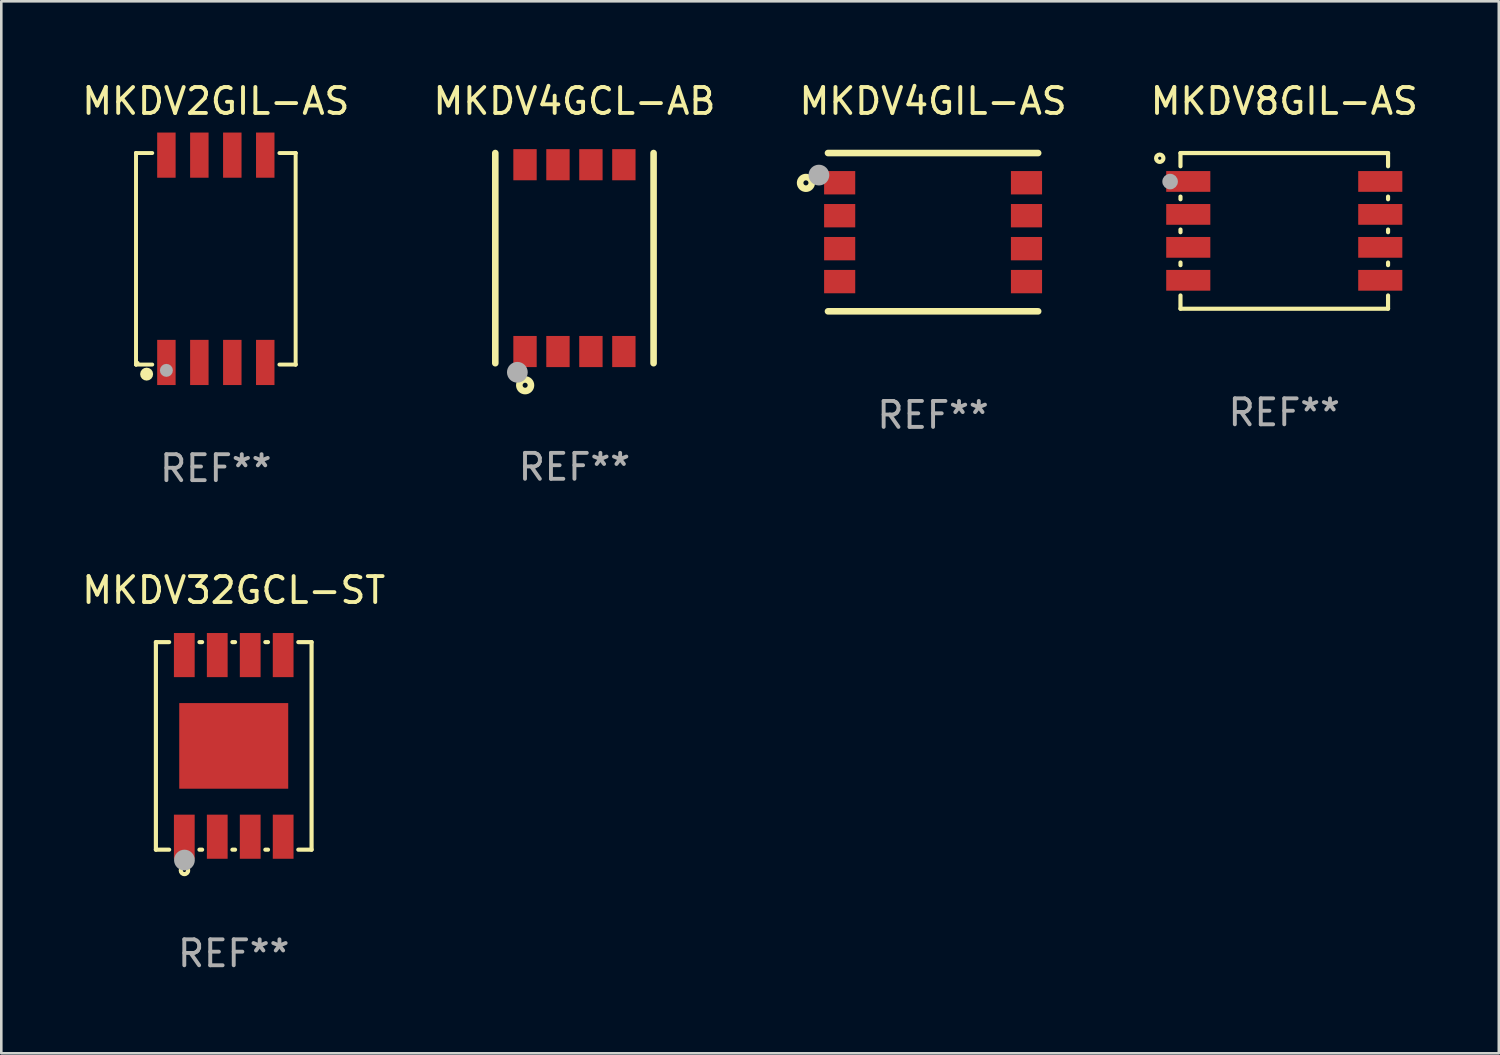
<source format=kicad_pcb>
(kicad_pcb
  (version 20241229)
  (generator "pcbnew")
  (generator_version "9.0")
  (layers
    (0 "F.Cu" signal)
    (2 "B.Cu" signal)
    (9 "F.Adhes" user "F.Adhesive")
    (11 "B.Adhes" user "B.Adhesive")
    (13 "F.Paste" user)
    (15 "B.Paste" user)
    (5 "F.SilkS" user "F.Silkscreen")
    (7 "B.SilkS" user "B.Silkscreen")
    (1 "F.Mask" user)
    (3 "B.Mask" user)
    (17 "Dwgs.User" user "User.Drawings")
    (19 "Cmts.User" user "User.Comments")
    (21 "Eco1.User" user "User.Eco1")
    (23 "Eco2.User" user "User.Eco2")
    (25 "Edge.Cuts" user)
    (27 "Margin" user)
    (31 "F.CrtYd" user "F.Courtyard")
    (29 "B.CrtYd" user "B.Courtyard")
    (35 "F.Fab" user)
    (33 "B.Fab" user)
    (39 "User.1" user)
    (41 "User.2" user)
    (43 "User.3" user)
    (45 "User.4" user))
  (footprint "MKDV4GCL-AB"
    (layer "F.Cu")
    (at 19.089 6.898)
    (property "Reference" "MKDV4GCL-AB" (at 0 -6.05 0) (layer "F.SilkS") (effects (font (size 1 1) (thickness 0.15))))
    (attr through_hole)
    (fp_line (start -3.05 4.05) (end -3.05 -4.05) (stroke (width 0.254) (type solid)) (layer "F.SilkS"))
    (fp_line (start 3.05 4.05) (end 3.05 -4.05) (stroke (width 0.254) (type solid)) (layer "F.SilkS"))
    (fp_circle (center -3 4.002) (end -2.97 4.002) (stroke (width 0.06) (type solid)) (fill no) (layer "F.SilkS"))
    (fp_circle (center -1.9 4.9) (end -1.676 4.9) (stroke (width 0.254) (type solid)) (fill no) (layer "F.SilkS"))
    (fp_circle (center -2.2 4.4) (end -2 4.4) (stroke (width 0.4) (type solid)) (fill no) (layer "F.Fab"))
    (fp_text user "REF**" (at 0 8.05 0) (layer "F.Fab") (effects (font (size 1 1) (thickness 0.15))))
    (pad "1" smd rect (at -1.905 3.6 180) (size 0.9 1.2) (layers "F.Cu" "F.Mask" "F.Paste"))
    (pad "2" smd rect (at -0.635 3.6) (size 0.9 1.2) (layers "F.Cu" "F.Mask" "F.Paste"))
    (pad "3" smd rect (at 0.635 3.6) (size 0.9 1.2) (layers "F.Cu" "F.Mask" "F.Paste"))
    (pad "4" smd rect (at 1.905 3.6) (size 0.9 1.2) (layers "F.Cu" "F.Mask" "F.Paste"))
    (pad "5" smd rect (at 1.905 -3.6) (size 0.9 1.2) (layers "F.Cu" "F.Mask" "F.Paste"))
    (pad "6" smd rect (at 0.635 -3.6) (size 0.9 1.2) (layers "F.Cu" "F.Mask" "F.Paste"))
    (pad "7" smd rect (at -0.635 -3.6) (size 0.9 1.2) (layers "F.Cu" "F.Mask" "F.Paste"))
    (pad "8" smd rect (at -1.905 -3.6) (size 0.9 1.2) (layers "F.Cu" "F.Mask" "F.Paste")))
  (footprint "MKDV8GIL-AS"
    (layer "F.Cu")
    (at 46.446 5.848)
    (property "Reference" "MKDV8GIL-AS" (at 0 -5 0) (layer "F.SilkS") (effects (font (size 1 1) (thickness 0.15))))
    (attr through_hole)
    (fp_line (start -4 -3) (end -4 -2.489) (stroke (width 0.16) (type solid)) (layer "F.SilkS"))
    (fp_line (start -4 -3) (end 4 -3) (stroke (width 0.16) (type solid)) (layer "F.SilkS"))
    (fp_line (start -4 -1.321) (end -4 -1.219) (stroke (width 0.16) (type solid)) (layer "F.SilkS"))
    (fp_line (start -4 -0.051) (end -4 0.051) (stroke (width 0.16) (type solid)) (layer "F.SilkS"))
    (fp_line (start -4 1.219) (end -4 1.321) (stroke (width 0.16) (type solid)) (layer "F.SilkS"))
    (fp_line (start -4 2.489) (end -4 3) (stroke (width 0.16) (type solid)) (layer "F.SilkS"))
    (fp_line (start -4 3) (end 4 3) (stroke (width 0.16) (type solid)) (layer "F.SilkS"))
    (fp_line (start 4 -3) (end 4 -2.489) (stroke (width 0.16) (type solid)) (layer "F.SilkS"))
    (fp_line (start 4 -1.321) (end 4 -1.219) (stroke (width 0.16) (type solid)) (layer "F.SilkS"))
    (fp_line (start 4 -0.051) (end 4 0.051) (stroke (width 0.16) (type solid)) (layer "F.SilkS"))
    (fp_line (start 4 1.219) (end 4 1.321) (stroke (width 0.16) (type solid)) (layer "F.SilkS"))
    (fp_line (start 4 2.489) (end 4 3) (stroke (width 0.16) (type solid)) (layer "F.SilkS"))
    (fp_circle (center -4.8 -2.8) (end -4.659 -2.8) (stroke (width 0.16) (type solid)) (fill no) (layer "F.SilkS"))
    (fp_circle (center -4 -3) (end -3.97 -3) (stroke (width 0.06) (type solid)) (fill no) (layer "F.SilkS"))
    (fp_circle (center -4.4 -1.9) (end -4.25 -1.9) (stroke (width 0.3) (type solid)) (fill no) (layer "F.Fab"))
    (fp_text user "REF**" (at 0 7 0) (layer "F.Fab") (effects (font (size 1 1) (thickness 0.15))))
    (pad "1" smd rect (at -3.7 -1.905) (size 1.7 0.8) (layers "F.Cu" "F.Mask" "F.Paste"))
    (pad "2" smd rect (at -3.7 -0.635) (size 1.7 0.8) (layers "F.Cu" "F.Mask" "F.Paste"))
    (pad "3" smd rect (at -3.7 0.635) (size 1.7 0.8) (layers "F.Cu" "F.Mask" "F.Paste"))
    (pad "4" smd rect (at -3.7 1.905) (size 1.7 0.8) (layers "F.Cu" "F.Mask" "F.Paste"))
    (pad "5" smd rect (at 3.7 1.905) (size 1.7 0.8) (layers "F.Cu" "F.Mask" "F.Paste"))
    (pad "6" smd rect (at 3.7 0.635) (size 1.7 0.8) (layers "F.Cu" "F.Mask" "F.Paste"))
    (pad "7" smd rect (at 3.7 -0.635) (size 1.7 0.8) (layers "F.Cu" "F.Mask" "F.Paste"))
    (pad "8" smd rect (at 3.7 -1.905) (size 1.7 0.8) (layers "F.Cu" "F.Mask" "F.Paste")))
  (footprint "MKDV4GIL-AS"
    (layer "F.Cu")
    (at 32.911 5.898)
    (property "Reference" "MKDV4GIL-AS" (at 0 -5.05 0) (layer "F.SilkS") (effects (font (size 1 1) (thickness 0.15))))
    (attr through_hole)
    (fp_line (start -4.05 -3.05) (end 4.05 -3.05) (stroke (width 0.254) (type solid)) (layer "F.SilkS"))
    (fp_line (start -4.05 3.05) (end 4.05 3.05) (stroke (width 0.254) (type solid)) (layer "F.SilkS"))
    (fp_circle (center -4.9 -1.9) (end -4.676 -1.9) (stroke (width 0.254) (type solid)) (fill no) (layer "F.SilkS"))
    (fp_circle (center -4.002 -3) (end -3.972 -3) (stroke (width 0.06) (type solid)) (fill no) (layer "F.SilkS"))
    (fp_circle (center -4.4 -2.2) (end -4.2 -2.2) (stroke (width 0.4) (type solid)) (fill no) (layer "F.Fab"))
    (fp_text user "REF**" (at 0 7.05 0) (layer "F.Fab") (effects (font (size 1 1) (thickness 0.15))))
    (pad "1" smd rect (at -3.6 -1.905 90) (size 0.9 1.2) (layers "F.Cu" "F.Mask" "F.Paste"))
    (pad "2" smd rect (at -3.6 -0.635 270) (size 0.9 1.2) (layers "F.Cu" "F.Mask" "F.Paste"))
    (pad "3" smd rect (at -3.6 0.635 270) (size 0.9 1.2) (layers "F.Cu" "F.Mask" "F.Paste"))
    (pad "4" smd rect (at -3.6 1.905 270) (size 0.9 1.2) (layers "F.Cu" "F.Mask" "F.Paste"))
    (pad "5" smd rect (at 3.6 1.905 270) (size 0.9 1.2) (layers "F.Cu" "F.Mask" "F.Paste"))
    (pad "6" smd rect (at 3.6 0.635 270) (size 0.9 1.2) (layers "F.Cu" "F.Mask" "F.Paste"))
    (pad "7" smd rect (at 3.6 -0.635 270) (size 0.9 1.2) (layers "F.Cu" "F.Mask" "F.Paste"))
    (pad "8" smd rect (at 3.6 -1.905 270) (size 0.9 1.2) (layers "F.Cu" "F.Mask" "F.Paste")))
  (footprint "MKDV2GIL-AS"
    (layer "F.Cu")
    (at 5.268 6.924)
    (property "Reference" "MKDV2GIL-AS" (at 0 -6.076 0) (layer "F.SilkS") (effects (font (size 1 1) (thickness 0.15))))
    (attr through_hole)
    (fp_line (start -3.076 -4.076) (end -3.076 -4.076) (stroke (width 0.152) (type solid)) (layer "F.SilkS"))
    (fp_line (start -3.076 -4.076) (end -2.451 -4.076) (stroke (width 0.152) (type solid)) (layer "F.SilkS"))
    (fp_line (start -3.076 4.076) (end -3.076 -4.076) (stroke (width 0.152) (type solid)) (layer "F.SilkS"))
    (fp_line (start -3.076 4.076) (end -3.076 4.076) (stroke (width 0.152) (type solid)) (layer "F.SilkS"))
    (fp_line (start -2.451 4.076) (end -3.076 4.076) (stroke (width 0.152) (type solid)) (layer "F.SilkS"))
    (fp_line (start 2.451 4.076) (end 3.076 4.076) (stroke (width 0.152) (type solid)) (layer "F.SilkS"))
    (fp_line (start 3.076 -4.076) (end 2.451 -4.076) (stroke (width 0.152) (type solid)) (layer "F.SilkS"))
    (fp_line (start 3.076 -4.076) (end 3.076 -4.076) (stroke (width 0.152) (type solid)) (layer "F.SilkS"))
    (fp_line (start 3.076 4.076) (end 3.076 -4.076) (stroke (width 0.152) (type solid)) (layer "F.SilkS"))
    (fp_line (start 3.076 4.076) (end 3.076 4.076) (stroke (width 0.152) (type solid)) (layer "F.SilkS"))
    (fp_circle (center -3 4) (end -2.97 4) (stroke (width 0.06) (type solid)) (fill no) (layer "F.SilkS"))
    (fp_circle (center -2.667 4.445) (end -2.542 4.445) (stroke (width 0.25) (type solid)) (fill no) (layer "F.SilkS"))
    (fp_circle (center -1.905 4.3) (end -1.78 4.3) (stroke (width 0.25) (type solid)) (fill no) (layer "F.Fab"))
    (fp_text user "REF**" (at 0 8.076 0) (layer "F.Fab") (effects (font (size 1 1) (thickness 0.15))))
    (pad "1" smd rect (at -1.905 3.995) (size 0.711 1.741) (layers "F.Cu" "F.Mask" "F.Paste"))
    (pad "2" smd rect (at -0.635 3.995) (size 0.711 1.741) (layers "F.Cu" "F.Mask" "F.Paste"))
    (pad "3" smd rect (at 0.635 3.995) (size 0.711 1.741) (layers "F.Cu" "F.Mask" "F.Paste"))
    (pad "4" smd rect (at 1.905 3.995) (size 0.711 1.741) (layers "F.Cu" "F.Mask" "F.Paste"))
    (pad "5" smd rect (at 1.905 -3.995) (size 0.711 1.741) (layers "F.Cu" "F.Mask" "F.Paste"))
    (pad "6" smd rect (at 0.635 -3.995) (size 0.711 1.741) (layers "F.Cu" "F.Mask" "F.Paste"))
    (pad "7" smd rect (at -0.635 -3.995) (size 0.711 1.741) (layers "F.Cu" "F.Mask" "F.Paste"))
    (pad "8" smd rect (at -1.905 -3.995) (size 0.711 1.741) (layers "F.Cu" "F.Mask" "F.Paste")))
  (footprint "MKDV32GCL-ST"
    (layer "F.Cu")
    (at 5.958 25.697)
    (property "Reference" "MKDV32GCL-ST" (at 0 -6 0) (layer "F.SilkS") (effects (font (size 1 1) (thickness 0.15))))
    (attr through_hole)
    (fp_line (start -3 -4) (end -2.489 -4) (stroke (width 0.16) (type solid)) (layer "F.SilkS"))
    (fp_line (start -3 4) (end -3 -4) (stroke (width 0.16) (type solid)) (layer "F.SilkS"))
    (fp_line (start -3 4) (end -2.489 4) (stroke (width 0.16) (type solid)) (layer "F.SilkS"))
    (fp_line (start -1.321 -4) (end -1.219 -4) (stroke (width 0.16) (type solid)) (layer "F.SilkS"))
    (fp_line (start -1.321 4) (end -1.219 4) (stroke (width 0.16) (type solid)) (layer "F.SilkS"))
    (fp_line (start -0.051 -4) (end 0.051 -4) (stroke (width 0.16) (type solid)) (layer "F.SilkS"))
    (fp_line (start -0.051 4) (end 0.051 4) (stroke (width 0.16) (type solid)) (layer "F.SilkS"))
    (fp_line (start 1.219 -4) (end 1.321 -4) (stroke (width 0.16) (type solid)) (layer "F.SilkS"))
    (fp_line (start 1.219 4) (end 1.321 4) (stroke (width 0.16) (type solid)) (layer "F.SilkS"))
    (fp_line (start 2.489 -4) (end 3 -4) (stroke (width 0.16) (type solid)) (layer "F.SilkS"))
    (fp_line (start 2.489 4) (end 3 4) (stroke (width 0.16) (type solid)) (layer "F.SilkS"))
    (fp_line (start 3 4) (end 3 -4) (stroke (width 0.16) (type solid)) (layer "F.SilkS"))
    (fp_circle (center -3 4) (end -2.97 4) (stroke (width 0.06) (type solid)) (fill no) (layer "F.SilkS"))
    (fp_circle (center -1.9 4.8) (end -1.758 4.8) (stroke (width 0.16) (type solid)) (fill no) (layer "F.SilkS"))
    (fp_circle (center -1.9 4.4) (end -1.7 4.4) (stroke (width 0.4) (type solid)) (fill no) (layer "F.Fab"))
    (fp_text user "REF**" (at 0 8 0) (layer "F.Fab") (effects (font (size 1 1) (thickness 0.15))))
    (pad "1" smd rect (at -1.905 3.5 90) (size 1.7 0.8) (layers "F.Cu" "F.Mask" "F.Paste"))
    (pad "2" smd rect (at -0.635 3.5 90) (size 1.7 0.8) (layers "F.Cu" "F.Mask" "F.Paste"))
    (pad "3" smd rect (at 0.635 3.5 90) (size 1.7 0.8) (layers "F.Cu" "F.Mask" "F.Paste"))
    (pad "4" smd rect (at 1.905 3.5 90) (size 1.7 0.8) (layers "F.Cu" "F.Mask" "F.Paste"))
    (pad "5" smd rect (at 1.905 -3.5 90) (size 1.7 0.8) (layers "F.Cu" "F.Mask" "F.Paste"))
    (pad "6" smd rect (at 0.635 -3.5 90) (size 1.7 0.8) (layers "F.Cu" "F.Mask" "F.Paste"))
    (pad "7" smd rect (at -0.635 -3.5 90) (size 1.7 0.8) (layers "F.Cu" "F.Mask" "F.Paste"))
    (pad "8" smd rect (at -1.905 -3.5 90) (size 1.7 0.8) (layers "F.Cu" "F.Mask" "F.Paste"))
    (pad "9" smd rect (at 0 0.000254 180) (size 4.2 3.3) (layers "F.Cu" "F.Mask" "F.Paste")))
  (gr_rect
    (start -3 -3)
    (end 54.714 37.545)
    (stroke (width 0.1) (type default))
    (fill no)
    (layer "Edge.Cuts")))
</source>
